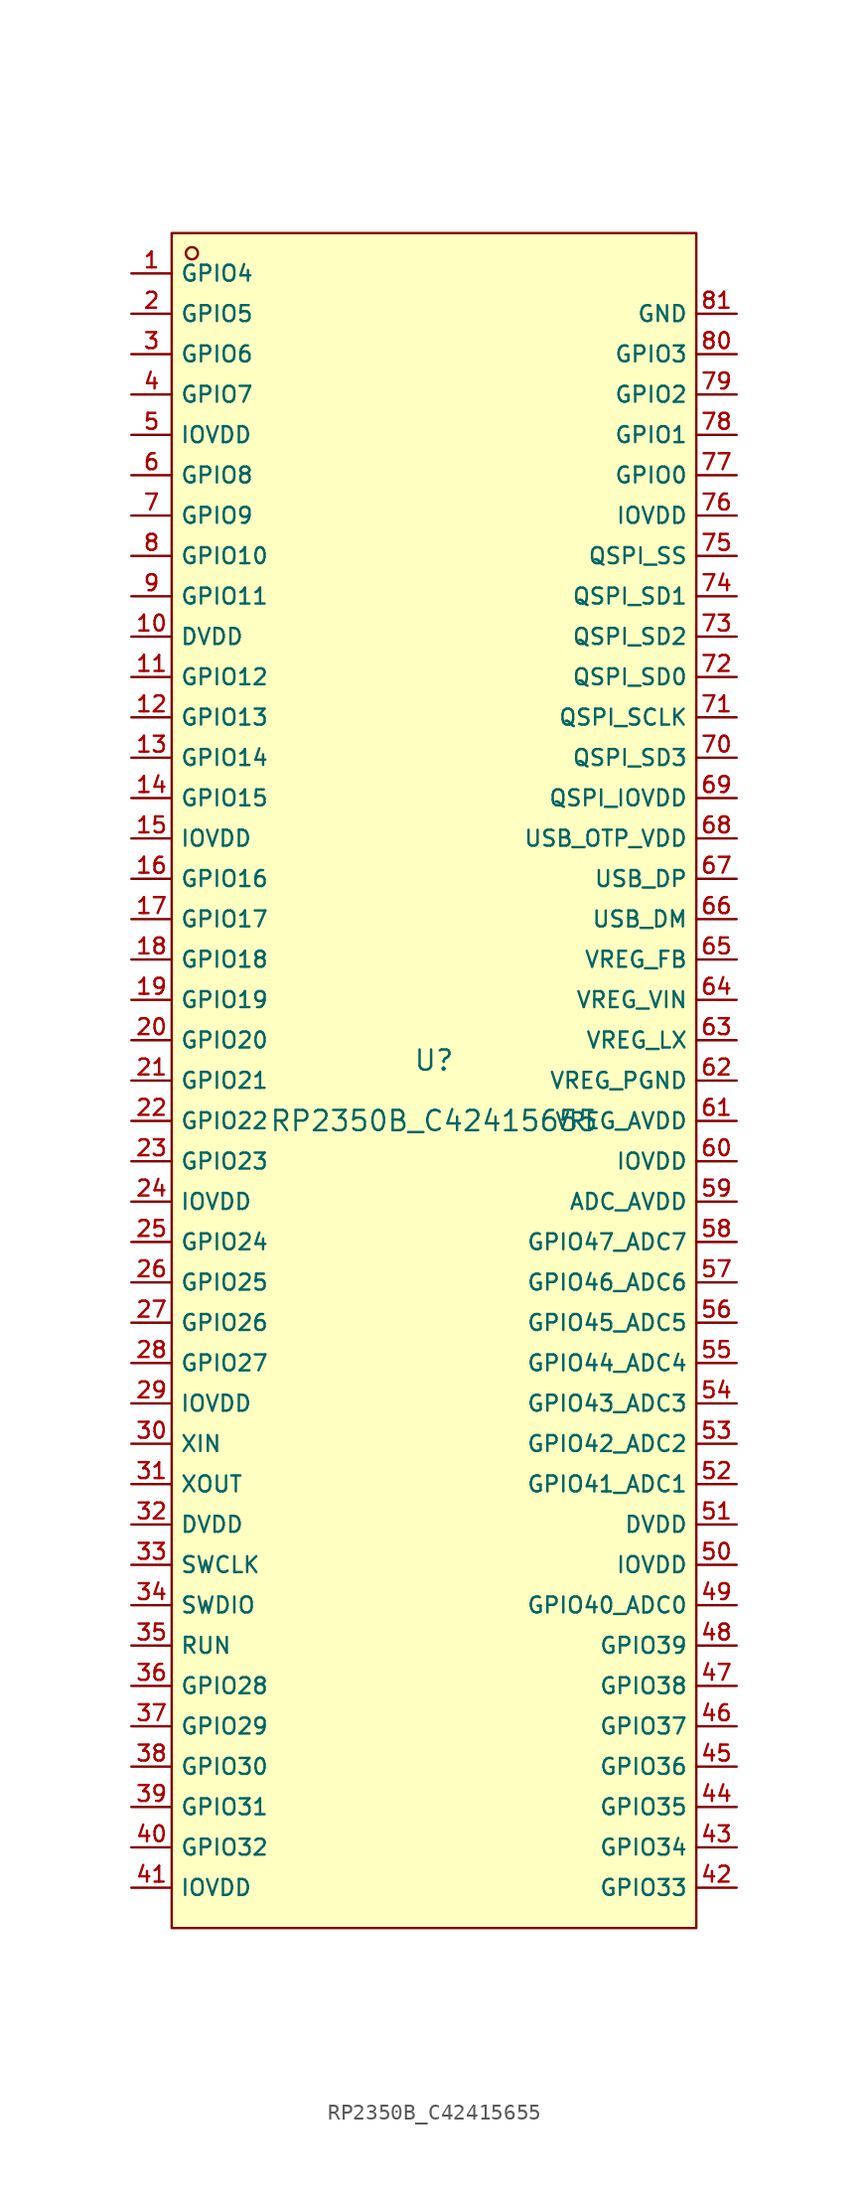
<source format=kicad_sym>
(kicad_symbol_lib
  (version 20231120)
  (generator "kicad_symbol_editor")
  (generator_version "8.0")
  (symbol "RP2350B_C42415655"
    (property "Reference" "U"
      (at 0 1.27 0)
      (effects (font (size 1.27 1.27))))
    (property "Value" "RP2350B_C42415655"
      (at 0 -2.54 0)
      (effects (font (size 1.27 1.27))))
    (symbol "RP2350B_C42415655_0_1"
      (rectangle (start -16.51 53.34) (end 16.51 -53.34) (stroke (width 0) (type default) (color 0 0 0 0)) (fill (type background)))
      (circle (center -15.24 52.07) (radius 0.381) (stroke (width 0) (type default) (color 0 0 0 0)) (fill (type background)))
      (pin unspecified line (at -19.05 50.8 0) (length 2.54) (name "GPIO4" (effects (font (size 1 1)))) (number "1" (effects (font (size 1 1)))))
      (pin unspecified line (at -19.05 48.26 0) (length 2.54) (name "GPIO5" (effects (font (size 1 1)))) (number "2" (effects (font (size 1 1)))))
      (pin unspecified line (at -19.05 45.72 0) (length 2.54) (name "GPIO6" (effects (font (size 1 1)))) (number "3" (effects (font (size 1 1)))))
      (pin unspecified line (at -19.05 43.18 0) (length 2.54) (name "GPIO7" (effects (font (size 1 1)))) (number "4" (effects (font (size 1 1)))))
      (pin unspecified line (at -19.05 40.64 0) (length 2.54) (name "IOVDD" (effects (font (size 1 1)))) (number "5" (effects (font (size 1 1)))))
      (pin unspecified line (at -19.05 38.1 0) (length 2.54) (name "GPIO8" (effects (font (size 1 1)))) (number "6" (effects (font (size 1 1)))))
      (pin unspecified line (at -19.05 35.56 0) (length 2.54) (name "GPIO9" (effects (font (size 1 1)))) (number "7" (effects (font (size 1 1)))))
      (pin unspecified line (at -19.05 33.02 0) (length 2.54) (name "GPIO10" (effects (font (size 1 1)))) (number "8" (effects (font (size 1 1)))))
      (pin unspecified line (at -19.05 30.48 0) (length 2.54) (name "GPIO11" (effects (font (size 1 1)))) (number "9" (effects (font (size 1 1)))))
      (pin unspecified line (at -19.05 27.94 0) (length 2.54) (name "DVDD" (effects (font (size 1 1)))) (number "10" (effects (font (size 1 1)))))
      (pin unspecified line (at -19.05 25.4 0) (length 2.54) (name "GPIO12" (effects (font (size 1 1)))) (number "11" (effects (font (size 1 1)))))
      (pin unspecified line (at -19.05 22.86 0) (length 2.54) (name "GPIO13" (effects (font (size 1 1)))) (number "12" (effects (font (size 1 1)))))
      (pin unspecified line (at -19.05 20.32 0) (length 2.54) (name "GPIO14" (effects (font (size 1 1)))) (number "13" (effects (font (size 1 1)))))
      (pin unspecified line (at -19.05 17.78 0) (length 2.54) (name "GPIO15" (effects (font (size 1 1)))) (number "14" (effects (font (size 1 1)))))
      (pin unspecified line (at -19.05 15.24 0) (length 2.54) (name "IOVDD" (effects (font (size 1 1)))) (number "15" (effects (font (size 1 1)))))
      (pin unspecified line (at -19.05 12.7 0) (length 2.54) (name "GPIO16" (effects (font (size 1 1)))) (number "16" (effects (font (size 1 1)))))
      (pin unspecified line (at -19.05 10.16 0) (length 2.54) (name "GPIO17" (effects (font (size 1 1)))) (number "17" (effects (font (size 1 1)))))
      (pin unspecified line (at -19.05 7.62 0) (length 2.54) (name "GPIO18" (effects (font (size 1 1)))) (number "18" (effects (font (size 1 1)))))
      (pin unspecified line (at -19.05 5.08 0) (length 2.54) (name "GPIO19" (effects (font (size 1 1)))) (number "19" (effects (font (size 1 1)))))
      (pin unspecified line (at -19.05 2.54 0) (length 2.54) (name "GPIO20" (effects (font (size 1 1)))) (number "20" (effects (font (size 1 1)))))
      (pin unspecified line (at -19.05 -0.0 0) (length 2.54) (name "GPIO21" (effects (font (size 1 1)))) (number "21" (effects (font (size 1 1)))))
      (pin unspecified line (at -19.05 -2.54 0) (length 2.54) (name "GPIO22" (effects (font (size 1 1)))) (number "22" (effects (font (size 1 1)))))
      (pin unspecified line (at -19.05 -5.08 0) (length 2.54) (name "GPIO23" (effects (font (size 1 1)))) (number "23" (effects (font (size 1 1)))))
      (pin unspecified line (at -19.05 -7.62 0) (length 2.54) (name "IOVDD" (effects (font (size 1 1)))) (number "24" (effects (font (size 1 1)))))
      (pin unspecified line (at -19.05 -10.16 0) (length 2.54) (name "GPIO24" (effects (font (size 1 1)))) (number "25" (effects (font (size 1 1)))))
      (pin unspecified line (at -19.05 -12.7 0) (length 2.54) (name "GPIO25" (effects (font (size 1 1)))) (number "26" (effects (font (size 1 1)))))
      (pin unspecified line (at -19.05 -15.24 0) (length 2.54) (name "GPIO26" (effects (font (size 1 1)))) (number "27" (effects (font (size 1 1)))))
      (pin unspecified line (at -19.05 -17.78 0) (length 2.54) (name "GPIO27" (effects (font (size 1 1)))) (number "28" (effects (font (size 1 1)))))
      (pin unspecified line (at -19.05 -20.32 0) (length 2.54) (name "IOVDD" (effects (font (size 1 1)))) (number "29" (effects (font (size 1 1)))))
      (pin unspecified line (at -19.05 -22.86 0) (length 2.54) (name "XIN" (effects (font (size 1 1)))) (number "30" (effects (font (size 1 1)))))
      (pin unspecified line (at -19.05 -25.4 0) (length 2.54) (name "XOUT" (effects (font (size 1 1)))) (number "31" (effects (font (size 1 1)))))
      (pin unspecified line (at -19.05 -27.94 0) (length 2.54) (name "DVDD" (effects (font (size 1 1)))) (number "32" (effects (font (size 1 1)))))
      (pin unspecified line (at -19.05 -30.48 0) (length 2.54) (name "SWCLK" (effects (font (size 1 1)))) (number "33" (effects (font (size 1 1)))))
      (pin unspecified line (at -19.05 -33.02 0) (length 2.54) (name "SWDIO" (effects (font (size 1 1)))) (number "34" (effects (font (size 1 1)))))
      (pin unspecified line (at -19.05 -35.56 0) (length 2.54) (name "RUN" (effects (font (size 1 1)))) (number "35" (effects (font (size 1 1)))))
      (pin unspecified line (at -19.05 -38.1 0) (length 2.54) (name "GPIO28" (effects (font (size 1 1)))) (number "36" (effects (font (size 1 1)))))
      (pin unspecified line (at -19.05 -40.64 0) (length 2.54) (name "GPIO29" (effects (font (size 1 1)))) (number "37" (effects (font (size 1 1)))))
      (pin unspecified line (at -19.05 -43.18 0) (length 2.54) (name "GPIO30" (effects (font (size 1 1)))) (number "38" (effects (font (size 1 1)))))
      (pin unspecified line (at -19.05 -45.72 0) (length 2.54) (name "GPIO31" (effects (font (size 1 1)))) (number "39" (effects (font (size 1 1)))))
      (pin unspecified line (at -19.05 -48.26 0) (length 2.54) (name "GPIO32" (effects (font (size 1 1)))) (number "40" (effects (font (size 1 1)))))
      (pin unspecified line (at -19.05 -50.8 0) (length 2.54) (name "IOVDD" (effects (font (size 1 1)))) (number "41" (effects (font (size 1 1)))))
      (pin unspecified line (at 19.05 -50.8 180) (length 2.54) (name "GPIO33" (effects (font (size 1 1)))) (number "42" (effects (font (size 1 1)))))
      (pin unspecified line (at 19.05 -48.26 180) (length 2.54) (name "GPIO34" (effects (font (size 1 1)))) (number "43" (effects (font (size 1 1)))))
      (pin unspecified line (at 19.05 -45.72 180) (length 2.54) (name "GPIO35" (effects (font (size 1 1)))) (number "44" (effects (font (size 1 1)))))
      (pin unspecified line (at 19.05 -43.18 180) (length 2.54) (name "GPIO36" (effects (font (size 1 1)))) (number "45" (effects (font (size 1 1)))))
      (pin unspecified line (at 19.05 -40.64 180) (length 2.54) (name "GPIO37" (effects (font (size 1 1)))) (number "46" (effects (font (size 1 1)))))
      (pin unspecified line (at 19.05 -38.1 180) (length 2.54) (name "GPIO38" (effects (font (size 1 1)))) (number "47" (effects (font (size 1 1)))))
      (pin unspecified line (at 19.05 -35.56 180) (length 2.54) (name "GPIO39" (effects (font (size 1 1)))) (number "48" (effects (font (size 1 1)))))
      (pin unspecified line (at 19.05 -33.02 180) (length 2.54) (name "GPIO40_ADC0" (effects (font (size 1 1)))) (number "49" (effects (font (size 1 1)))))
      (pin unspecified line (at 19.05 -30.48 180) (length 2.54) (name "IOVDD" (effects (font (size 1 1)))) (number "50" (effects (font (size 1 1)))))
      (pin unspecified line (at 19.05 -27.94 180) (length 2.54) (name "DVDD" (effects (font (size 1 1)))) (number "51" (effects (font (size 1 1)))))
      (pin unspecified line (at 19.05 -25.4 180) (length 2.54) (name "GPIO41_ADC1" (effects (font (size 1 1)))) (number "52" (effects (font (size 1 1)))))
      (pin unspecified line (at 19.05 -22.86 180) (length 2.54) (name "GPIO42_ADC2" (effects (font (size 1 1)))) (number "53" (effects (font (size 1 1)))))
      (pin unspecified line (at 19.05 -20.32 180) (length 2.54) (name "GPIO43_ADC3" (effects (font (size 1 1)))) (number "54" (effects (font (size 1 1)))))
      (pin unspecified line (at 19.05 -17.78 180) (length 2.54) (name "GPIO44_ADC4" (effects (font (size 1 1)))) (number "55" (effects (font (size 1 1)))))
      (pin unspecified line (at 19.05 -15.24 180) (length 2.54) (name "GPIO45_ADC5" (effects (font (size 1 1)))) (number "56" (effects (font (size 1 1)))))
      (pin unspecified line (at 19.05 -12.7 180) (length 2.54) (name "GPIO46_ADC6" (effects (font (size 1 1)))) (number "57" (effects (font (size 1 1)))))
      (pin unspecified line (at 19.05 -10.16 180) (length 2.54) (name "GPIO47_ADC7" (effects (font (size 1 1)))) (number "58" (effects (font (size 1 1)))))
      (pin unspecified line (at 19.05 -7.62 180) (length 2.54) (name "ADC_AVDD" (effects (font (size 1 1)))) (number "59" (effects (font (size 1 1)))))
      (pin unspecified line (at 19.05 -5.08 180) (length 2.54) (name "IOVDD" (effects (font (size 1 1)))) (number "60" (effects (font (size 1 1)))))
      (pin unspecified line (at 19.05 -2.54 180) (length 2.54) (name "VREG_AVDD" (effects (font (size 1 1)))) (number "61" (effects (font (size 1 1)))))
      (pin unspecified line (at 19.05 -0.0 180) (length 2.54) (name "VREG_PGND" (effects (font (size 1 1)))) (number "62" (effects (font (size 1 1)))))
      (pin unspecified line (at 19.05 2.54 180) (length 2.54) (name "VREG_LX" (effects (font (size 1 1)))) (number "63" (effects (font (size 1 1)))))
      (pin unspecified line (at 19.05 5.08 180) (length 2.54) (name "VREG_VIN" (effects (font (size 1 1)))) (number "64" (effects (font (size 1 1)))))
      (pin unspecified line (at 19.05 7.62 180) (length 2.54) (name "VREG_FB" (effects (font (size 1 1)))) (number "65" (effects (font (size 1 1)))))
      (pin unspecified line (at 19.05 10.16 180) (length 2.54) (name "USB_DM" (effects (font (size 1 1)))) (number "66" (effects (font (size 1 1)))))
      (pin unspecified line (at 19.05 12.7 180) (length 2.54) (name "USB_DP" (effects (font (size 1 1)))) (number "67" (effects (font (size 1 1)))))
      (pin unspecified line (at 19.05 15.24 180) (length 2.54) (name "USB_OTP_VDD" (effects (font (size 1 1)))) (number "68" (effects (font (size 1 1)))))
      (pin unspecified line (at 19.05 17.78 180) (length 2.54) (name "QSPI_IOVDD" (effects (font (size 1 1)))) (number "69" (effects (font (size 1 1)))))
      (pin unspecified line (at 19.05 20.32 180) (length 2.54) (name "QSPI_SD3" (effects (font (size 1 1)))) (number "70" (effects (font (size 1 1)))))
      (pin unspecified line (at 19.05 22.86 180) (length 2.54) (name "QSPI_SCLK" (effects (font (size 1 1)))) (number "71" (effects (font (size 1 1)))))
      (pin unspecified line (at 19.05 25.4 180) (length 2.54) (name "QSPI_SD0" (effects (font (size 1 1)))) (number "72" (effects (font (size 1 1)))))
      (pin unspecified line (at 19.05 27.94 180) (length 2.54) (name "QSPI_SD2" (effects (font (size 1 1)))) (number "73" (effects (font (size 1 1)))))
      (pin unspecified line (at 19.05 30.48 180) (length 2.54) (name "QSPI_SD1" (effects (font (size 1 1)))) (number "74" (effects (font (size 1 1)))))
      (pin unspecified line (at 19.05 33.02 180) (length 2.54) (name "QSPI_SS" (effects (font (size 1 1)))) (number "75" (effects (font (size 1 1)))))
      (pin unspecified line (at 19.05 35.56 180) (length 2.54) (name "IOVDD" (effects (font (size 1 1)))) (number "76" (effects (font (size 1 1)))))
      (pin unspecified line (at 19.05 38.1 180) (length 2.54) (name "GPIO0" (effects (font (size 1 1)))) (number "77" (effects (font (size 1 1)))))
      (pin unspecified line (at 19.05 40.64 180) (length 2.54) (name "GPIO1" (effects (font (size 1 1)))) (number "78" (effects (font (size 1 1)))))
      (pin unspecified line (at 19.05 43.18 180) (length 2.54) (name "GPIO2" (effects (font (size 1 1)))) (number "79" (effects (font (size 1 1)))))
      (pin unspecified line (at 19.05 45.72 180) (length 2.54) (name "GPIO3" (effects (font (size 1 1)))) (number "80" (effects (font (size 1 1)))))
      (pin unspecified line (at 19.05 48.26 180) (length 2.54) (name "GND" (effects (font (size 1 1)))) (number "81" (effects (font (size 1 1))))))))
</source>
